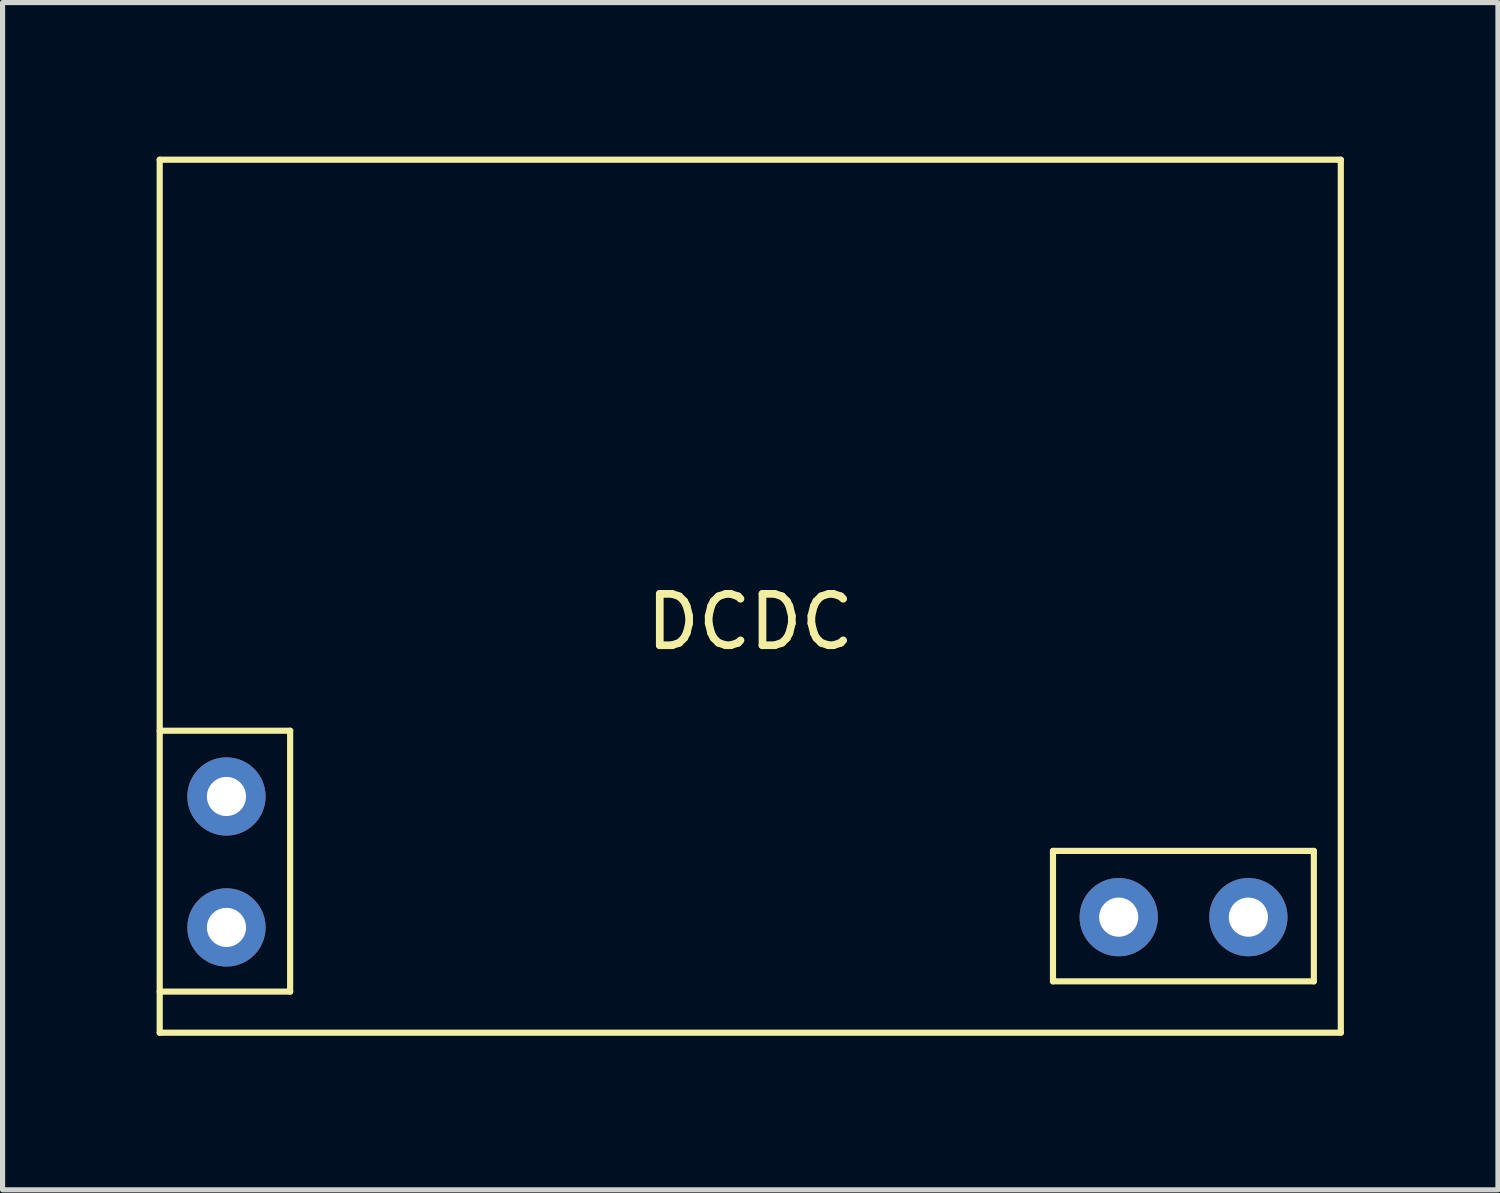
<source format=kicad_pcb>
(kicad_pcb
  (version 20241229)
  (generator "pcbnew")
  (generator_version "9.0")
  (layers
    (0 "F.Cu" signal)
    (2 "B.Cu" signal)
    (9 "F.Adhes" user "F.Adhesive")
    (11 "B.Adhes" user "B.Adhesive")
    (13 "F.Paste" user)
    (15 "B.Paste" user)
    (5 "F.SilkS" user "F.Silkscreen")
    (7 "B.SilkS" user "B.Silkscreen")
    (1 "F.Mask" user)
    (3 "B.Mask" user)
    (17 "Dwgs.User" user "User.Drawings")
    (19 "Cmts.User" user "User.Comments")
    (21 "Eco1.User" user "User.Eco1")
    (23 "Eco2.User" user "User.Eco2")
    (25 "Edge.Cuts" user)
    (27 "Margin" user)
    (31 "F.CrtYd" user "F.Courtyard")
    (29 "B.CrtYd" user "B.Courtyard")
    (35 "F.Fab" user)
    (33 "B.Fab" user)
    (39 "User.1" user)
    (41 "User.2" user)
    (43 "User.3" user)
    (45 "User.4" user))
  (footprint "DCDC"
    (layer "F.Cu")
    (at 11.56 8.56)
    (property "Reference" "DCDC" (at 0 0.5 0) (layer "F.SilkS") (effects (font (size 1 1) (thickness 0.15))))
    (attr through_hole)
    (fp_line (start -11.5 -8.5) (end -11.5 8.5) (stroke (width 0.12) (type solid)) (layer "F.SilkS"))
    (fp_line (start -11.5 -8.5) (end 11.5 -8.5) (stroke (width 0.12) (type solid)) (layer "F.SilkS"))
    (fp_line (start -11.5 2.62) (end -8.96 2.62) (stroke (width 0.12) (type solid)) (layer "F.SilkS"))
    (fp_line (start -11.5 7.7) (end -8.96 7.7) (stroke (width 0.12) (type solid)) (layer "F.SilkS"))
    (fp_line (start -11.5 8.5) (end 11.5 8.5) (stroke (width 0.12) (type solid)) (layer "F.SilkS"))
    (fp_line (start -8.96 7.7) (end -8.96 2.62) (stroke (width 0.12) (type solid)) (layer "F.SilkS"))
    (fp_line (start 5.895 7.5) (end 5.895 4.96) (stroke (width 0.12) (type solid)) (layer "F.SilkS"))
    (fp_line (start 10.975 4.96) (end 5.895 4.96) (stroke (width 0.12) (type solid)) (layer "F.SilkS"))
    (fp_line (start 10.975 4.96) (end 10.975 7.5) (stroke (width 0.12) (type solid)) (layer "F.SilkS"))
    (fp_line (start 10.975 7.5) (end 5.895 7.5) (stroke (width 0.12) (type solid)) (layer "F.SilkS"))
    (fp_line (start 11.5 -8.5) (end 11.5 8.5) (stroke (width 0.12) (type solid)) (layer "F.SilkS"))
    (pad "1" thru_hole circle (at -10.2 3.9) (size 1.524 1.524) (drill 0.762) (layers "*.Cu" "*.Mask"))
    (pad "2" thru_hole circle (at -10.2 6.45) (size 1.524 1.524) (drill 0.762) (layers "*.Cu" "*.Mask"))
    (pad "3" thru_hole circle (at 9.7 6.25) (size 1.524 1.524) (drill 0.762) (layers "*.Cu" "*.Mask"))
    (pad "4" thru_hole circle (at 7.175 6.25) (size 1.524 1.524) (drill 0.762) (layers "*.Cu" "*.Mask")))
  (gr_rect
    (start -3 -3)
    (end 26.12 20.12)
    (stroke (width 0.1) (type default))
    (fill no)
    (layer "Edge.Cuts")))
</source>
